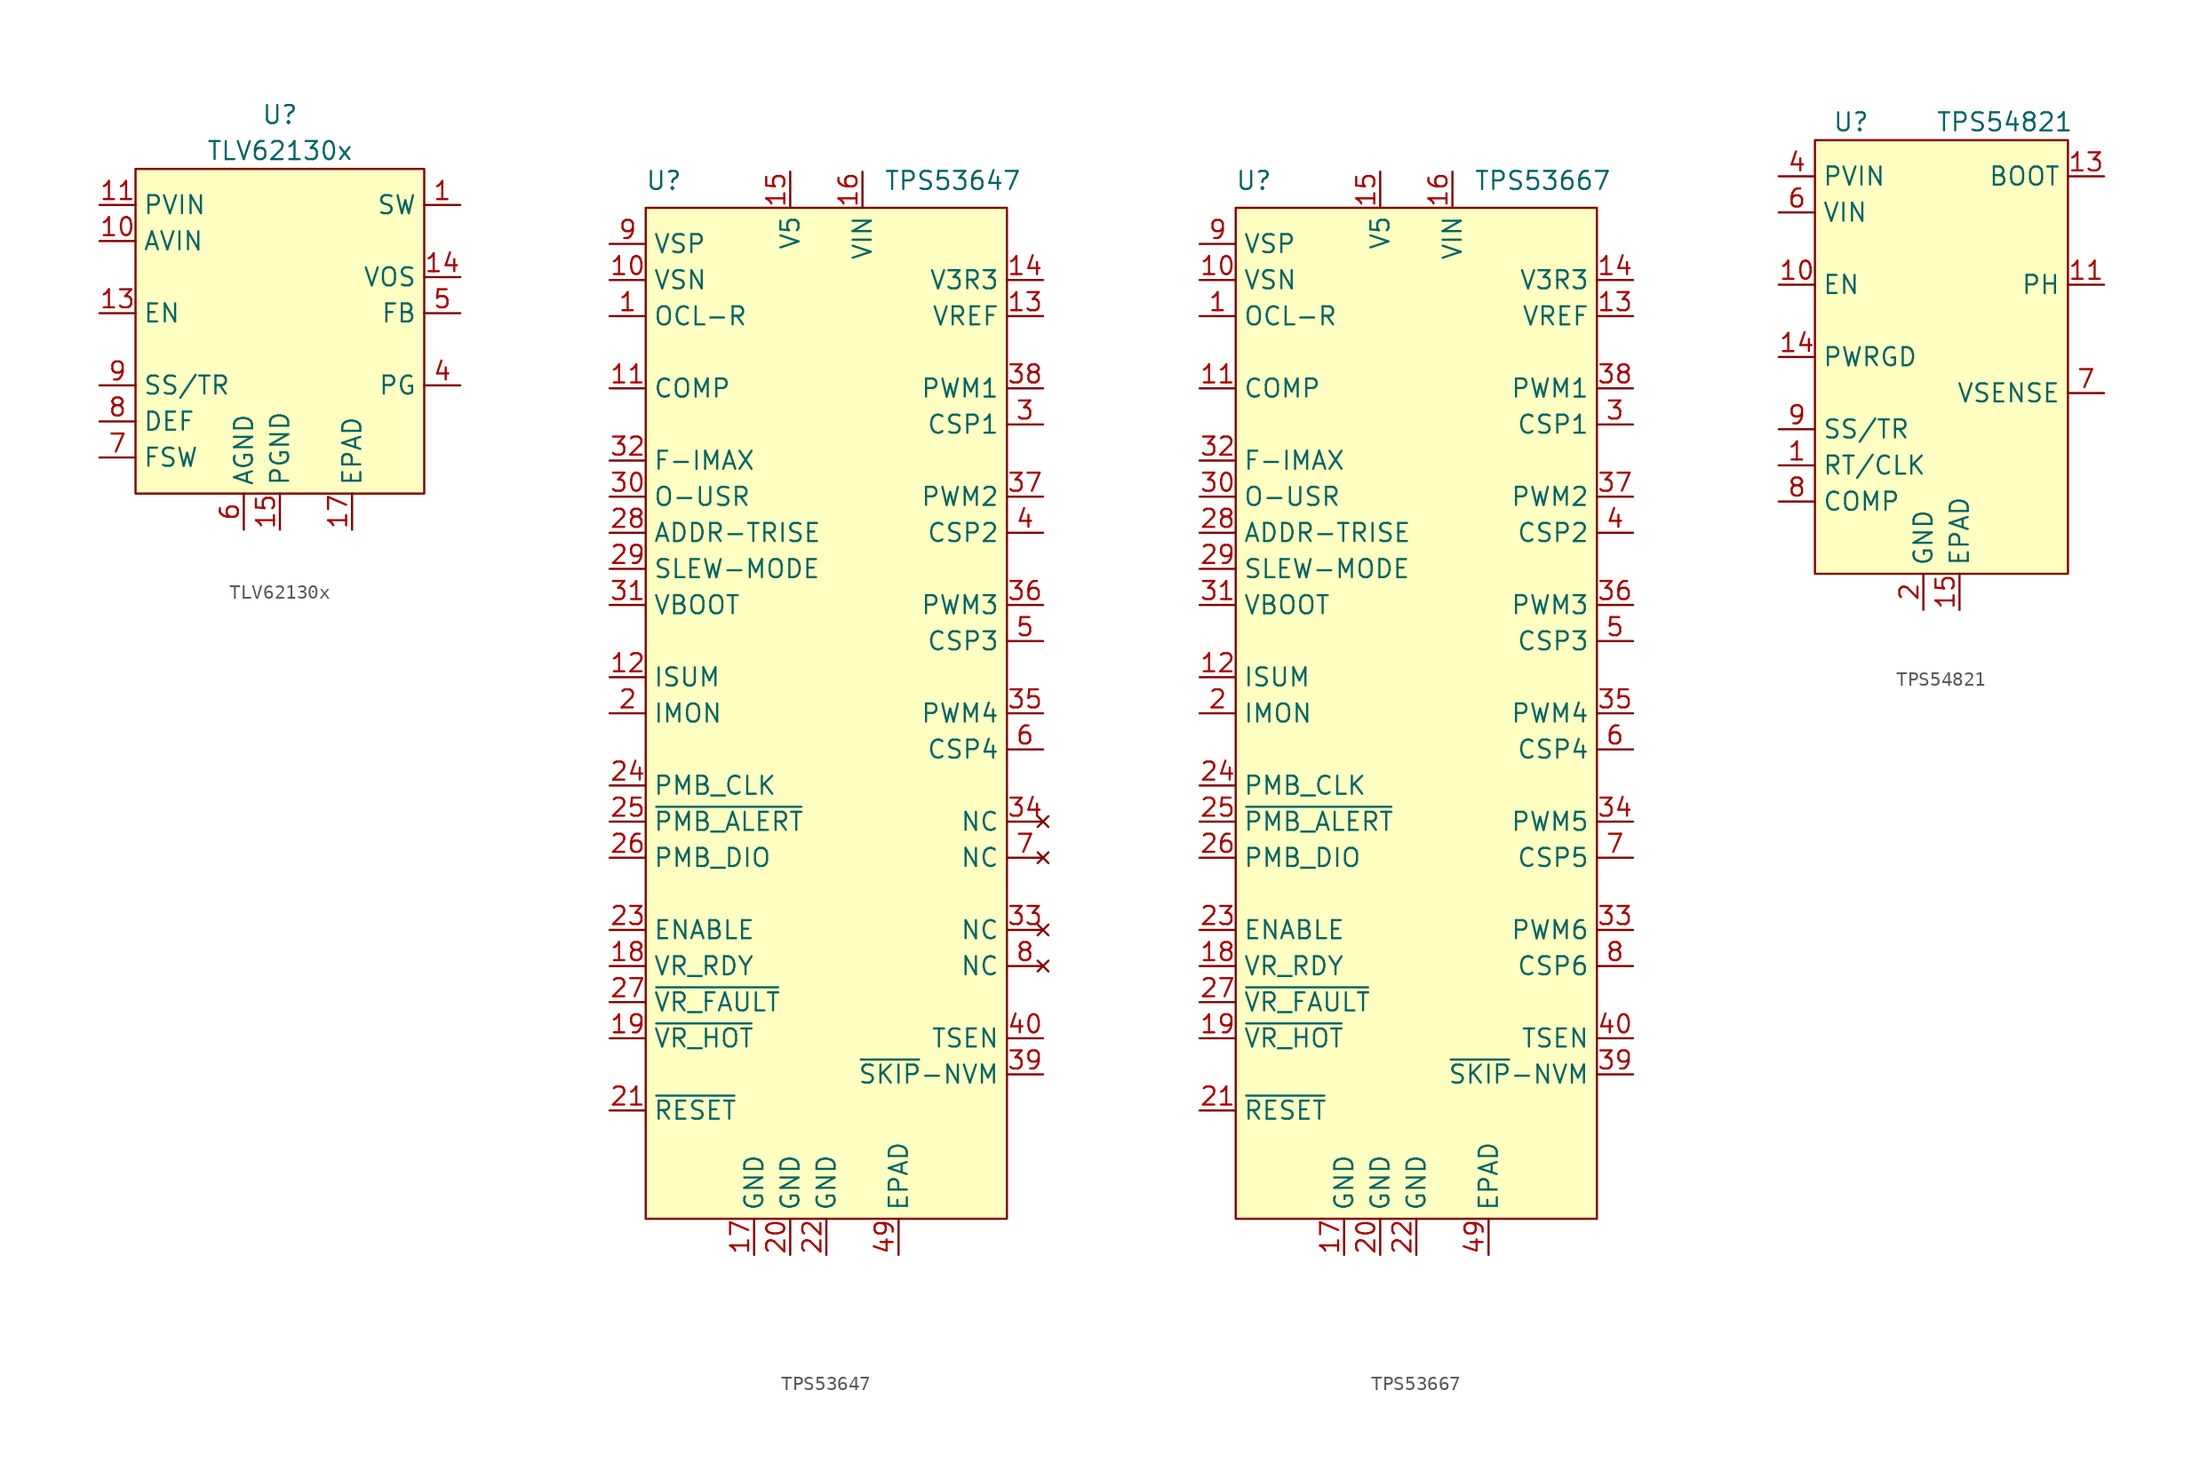
<source format=kicad_sym>
(kicad_symbol_lib
  (version 20231120)
  (generator "kicad_symbol_editor")
  (generator_version "8.0")
  (symbol "TLV62130x"
    (property "Reference" "U"
      (at 0 13.97 0)
      (effects (font (size 1.27 1.27))))
    (property "Value" "TLV62130x"
      (at 0 11.43 0)
      (effects (font (size 1.27 1.27))))
    (symbol "TLV62130x_0_0"
      (pin output line (at 12.7 7.62 180) (length 2.54) (name "SW" (effects (font (size 1.27 1.27)))) (number "1" (effects (font (size 1.27 1.27)))))
      (pin power_in line (at -12.7 5.08 0) (length 2.54) (name "AVIN" (effects (font (size 1.27 1.27)))) (number "10" (effects (font (size 1.27 1.27)))))
      (pin power_in line (at -12.7 7.62 0) (length 2.54) (name "PVIN" (effects (font (size 1.27 1.27)))) (number "11" (effects (font (size 1.27 1.27)))))
      (pin passive line (at -12.7 7.62 0) (length 2.54) hide (name "PVIN" (effects (font (size 1.27 1.27)))) (number "12" (effects (font (size 1.27 1.27)))))
      (pin input line (at -12.7 0 0) (length 2.54) (name "EN" (effects (font (size 1.27 1.27)))) (number "13" (effects (font (size 1.27 1.27)))))
      (pin input line (at 12.7 2.54 180) (length 2.54) (name "VOS" (effects (font (size 1.27 1.27)))) (number "14" (effects (font (size 1.27 1.27)))))
      (pin power_in line (at 0 -15.24 90) (length 2.54) (name "PGND" (effects (font (size 1.27 1.27)))) (number "15" (effects (font (size 1.27 1.27)))))
      (pin passive line (at 0 -15.24 90) (length 2.54) hide (name "PGND" (effects (font (size 1.27 1.27)))) (number "16" (effects (font (size 1.27 1.27)))))
      (pin power_in line (at 5.08 -15.24 90) (length 2.54) (name "EPAD" (effects (font (size 1.27 1.27)))) (number "17" (effects (font (size 1.27 1.27)))))
      (pin passive line (at 12.7 7.62 180) (length 2.54) hide (name "SW" (effects (font (size 1.27 1.27)))) (number "2" (effects (font (size 1.27 1.27)))))
      (pin passive line (at 12.7 7.62 180) (length 2.54) hide (name "SW" (effects (font (size 1.27 1.27)))) (number "3" (effects (font (size 1.27 1.27)))))
      (pin open_collector line (at 12.7 -5.08 180) (length 2.54) (name "PG" (effects (font (size 1.27 1.27)))) (number "4" (effects (font (size 1.27 1.27)))))
      (pin input line (at 12.7 0 180) (length 2.54) (name "FB" (effects (font (size 1.27 1.27)))) (number "5" (effects (font (size 1.27 1.27)))))
      (pin power_in line (at -2.54 -15.24 90) (length 2.54) (name "AGND" (effects (font (size 1.27 1.27)))) (number "6" (effects (font (size 1.27 1.27)))))
      (pin input line (at -12.7 -10.16 0) (length 2.54) (name "FSW" (effects (font (size 1.27 1.27)))) (number "7" (effects (font (size 1.27 1.27)))))
      (pin input line (at -12.7 -7.62 0) (length 2.54) (name "DEF" (effects (font (size 1.27 1.27)))) (number "8" (effects (font (size 1.27 1.27)))))
      (pin input line (at -12.7 -5.08 0) (length 2.54) (name "SS/TR" (effects (font (size 1.27 1.27)))) (number "9" (effects (font (size 1.27 1.27))))))
    (symbol "TLV62130x_1_1"
      (rectangle (start -10.16 10.16) (end 10.16 -12.7) (stroke (width 0) (type default)) (fill (type background)))))
  (symbol "TPS53647"
    (property "Reference" "U"
      (at -11.43 37.465 0)
      (effects (font (size 1.27 1.27))))
    (property "Value" "TPS53647"
      (at 8.89 37.465 0)
      (effects (font (size 1.27 1.27))))
    (symbol "TPS53647_0_0"
      (pin input line (at -15.24 27.94 0) (length 2.54) (name "OCL-R" (effects (font (size 1.27 1.27)))) (number "1" (effects (font (size 1.27 1.27)))))
      (pin input line (at -15.24 30.48 0) (length 2.54) (name "VSN" (effects (font (size 1.27 1.27)))) (number "10" (effects (font (size 1.27 1.27)))))
      (pin output line (at -15.24 22.86 0) (length 2.54) (name "COMP" (effects (font (size 1.27 1.27)))) (number "11" (effects (font (size 1.27 1.27)))))
      (pin output line (at -15.24 2.54 0) (length 2.54) (name "ISUM" (effects (font (size 1.27 1.27)))) (number "12" (effects (font (size 1.27 1.27)))))
      (pin power_out line (at 15.24 27.94 180) (length 2.54) (name "VREF" (effects (font (size 1.27 1.27)))) (number "13" (effects (font (size 1.27 1.27)))))
      (pin power_out line (at 15.24 30.48 180) (length 2.54) (name "V3R3" (effects (font (size 1.27 1.27)))) (number "14" (effects (font (size 1.27 1.27)))))
      (pin power_in line (at -2.54 38.1 270) (length 2.54) (name "V5" (effects (font (size 1.27 1.27)))) (number "15" (effects (font (size 1.27 1.27)))))
      (pin power_in line (at 2.54 38.1 270) (length 2.54) (name "VIN" (effects (font (size 1.27 1.27)))) (number "16" (effects (font (size 1.27 1.27)))))
      (pin power_in line (at -5.08 -38.1 90) (length 2.54) (name "GND" (effects (font (size 1.27 1.27)))) (number "17" (effects (font (size 1.27 1.27)))))
      (pin open_collector line (at -15.24 -17.78 0) (length 2.54) (name "VR_RDY" (effects (font (size 1.27 1.27)))) (number "18" (effects (font (size 1.27 1.27)))))
      (pin open_collector line (at -15.24 -22.86 0) (length 2.54) (name "~{VR_HOT}" (effects (font (size 1.27 1.27)))) (number "19" (effects (font (size 1.27 1.27)))))
      (pin output line (at -15.24 0 0) (length 2.54) (name "IMON" (effects (font (size 1.27 1.27)))) (number "2" (effects (font (size 1.27 1.27)))))
      (pin power_in line (at -2.54 -38.1 90) (length 2.54) (name "GND" (effects (font (size 1.27 1.27)))) (number "20" (effects (font (size 1.27 1.27)))))
      (pin input line (at -15.24 -27.94 0) (length 2.54) (name "~{RESET}" (effects (font (size 1.27 1.27)))) (number "21" (effects (font (size 1.27 1.27)))))
      (pin power_in line (at 0 -38.1 90) (length 2.54) (name "GND" (effects (font (size 1.27 1.27)))) (number "22" (effects (font (size 1.27 1.27)))))
      (pin input line (at -15.24 -15.24 0) (length 2.54) (name "ENABLE" (effects (font (size 1.27 1.27)))) (number "23" (effects (font (size 1.27 1.27)))))
      (pin input line (at -15.24 -5.08 0) (length 2.54) (name "PMB_CLK" (effects (font (size 1.27 1.27)))) (number "24" (effects (font (size 1.27 1.27)))))
      (pin open_collector line (at -15.24 -7.62 0) (length 2.54) (name "~{PMB_ALERT}" (effects (font (size 1.27 1.27)))) (number "25" (effects (font (size 1.27 1.27)))))
      (pin bidirectional line (at -15.24 -10.16 0) (length 2.54) (name "PMB_DIO" (effects (font (size 1.27 1.27)))) (number "26" (effects (font (size 1.27 1.27)))))
      (pin open_collector line (at -15.24 -20.32 0) (length 2.54) (name "~{VR_FAULT}" (effects (font (size 1.27 1.27)))) (number "27" (effects (font (size 1.27 1.27)))))
      (pin input line (at -15.24 12.7 0) (length 2.54) (name "ADDR-TRISE" (effects (font (size 1.27 1.27)))) (number "28" (effects (font (size 1.27 1.27)))))
      (pin input line (at -15.24 10.16 0) (length 2.54) (name "SLEW-MODE" (effects (font (size 1.27 1.27)))) (number "29" (effects (font (size 1.27 1.27)))))
      (pin input line (at 15.24 20.32 180) (length 2.54) (name "CSP1" (effects (font (size 1.27 1.27)))) (number "3" (effects (font (size 1.27 1.27)))))
      (pin input line (at -15.24 7.62 0) (length 2.54) (name "VBOOT" (effects (font (size 1.27 1.27)))) (number "31" (effects (font (size 1.27 1.27)))))
      (pin input line (at -15.24 17.78 0) (length 2.54) (name "F-IMAX" (effects (font (size 1.27 1.27)))) (number "32" (effects (font (size 1.27 1.27)))))
      (pin output line (at 15.24 0 180) (length 2.54) (name "PWM4" (effects (font (size 1.27 1.27)))) (number "35" (effects (font (size 1.27 1.27)))))
      (pin output line (at 15.24 7.62 180) (length 2.54) (name "PWM3" (effects (font (size 1.27 1.27)))) (number "36" (effects (font (size 1.27 1.27)))))
      (pin output line (at 15.24 15.24 180) (length 2.54) (name "PWM2" (effects (font (size 1.27 1.27)))) (number "37" (effects (font (size 1.27 1.27)))))
      (pin output line (at 15.24 22.86 180) (length 2.54) (name "PWM1" (effects (font (size 1.27 1.27)))) (number "38" (effects (font (size 1.27 1.27)))))
      (pin output line (at 15.24 -25.4 180) (length 2.54) (name "~{SKIP}-NVM" (effects (font (size 1.27 1.27)))) (number "39" (effects (font (size 1.27 1.27)))))
      (pin input line (at 15.24 12.7 180) (length 2.54) (name "CSP2" (effects (font (size 1.27 1.27)))) (number "4" (effects (font (size 1.27 1.27)))))
      (pin input line (at 15.24 -22.86 180) (length 2.54) (name "TSEN" (effects (font (size 1.27 1.27)))) (number "40" (effects (font (size 1.27 1.27)))))
      (pin power_in line (at 5.08 -38.1 90) (length 2.54) (name "EPAD" (effects (font (size 1.27 1.27)))) (number "49" (effects (font (size 1.27 1.27)))))
      (pin input line (at 15.24 5.08 180) (length 2.54) (name "CSP3" (effects (font (size 1.27 1.27)))) (number "5" (effects (font (size 1.27 1.27)))))
      (pin input line (at 15.24 -2.54 180) (length 2.54) (name "CSP4" (effects (font (size 1.27 1.27)))) (number "6" (effects (font (size 1.27 1.27)))))
      (pin input line (at -15.24 33.02 0) (length 2.54) (name "VSP" (effects (font (size 1.27 1.27)))) (number "9" (effects (font (size 1.27 1.27))))))
    (symbol "TPS53647_1_0"
      (pin input line (at -15.24 15.24 0) (length 2.54) (name "O-USR" (effects (font (size 1.27 1.27)))) (number "30" (effects (font (size 1.27 1.27)))))
      (pin no_connect line (at 15.24 -15.24 180) (length 2.54) (name "NC" (effects (font (size 1.27 1.27)))) (number "33" (effects (font (size 1.27 1.27)))))
      (pin no_connect line (at 15.24 -7.62 180) (length 2.54) (name "NC" (effects (font (size 1.27 1.27)))) (number "34" (effects (font (size 1.27 1.27)))))
      (pin no_connect line (at 15.24 -10.16 180) (length 2.54) (name "NC" (effects (font (size 1.27 1.27)))) (number "7" (effects (font (size 1.27 1.27)))))
      (pin no_connect line (at 15.24 -17.78 180) (length 2.54) (name "NC" (effects (font (size 1.27 1.27)))) (number "8" (effects (font (size 1.27 1.27))))))
    (symbol "TPS53647_1_1"
      (rectangle (start -12.7 35.56) (end 12.7 -35.56) (stroke (width 0) (type default)) (fill (type background)))))
  (symbol "TPS53667"
    (property "Reference" "U"
      (at -11.43 37.465 0)
      (effects (font (size 1.27 1.27))))
    (property "Value" "TPS53667"
      (at 8.89 37.465 0)
      (effects (font (size 1.27 1.27))))
    (symbol "TPS53667_0_0"
      (pin input line (at -15.24 27.94 0) (length 2.54) (name "OCL-R" (effects (font (size 1.27 1.27)))) (number "1" (effects (font (size 1.27 1.27)))))
      (pin input line (at -15.24 30.48 0) (length 2.54) (name "VSN" (effects (font (size 1.27 1.27)))) (number "10" (effects (font (size 1.27 1.27)))))
      (pin output line (at -15.24 22.86 0) (length 2.54) (name "COMP" (effects (font (size 1.27 1.27)))) (number "11" (effects (font (size 1.27 1.27)))))
      (pin output line (at -15.24 2.54 0) (length 2.54) (name "ISUM" (effects (font (size 1.27 1.27)))) (number "12" (effects (font (size 1.27 1.27)))))
      (pin power_out line (at 15.24 27.94 180) (length 2.54) (name "VREF" (effects (font (size 1.27 1.27)))) (number "13" (effects (font (size 1.27 1.27)))))
      (pin power_out line (at 15.24 30.48 180) (length 2.54) (name "V3R3" (effects (font (size 1.27 1.27)))) (number "14" (effects (font (size 1.27 1.27)))))
      (pin power_in line (at -2.54 38.1 270) (length 2.54) (name "V5" (effects (font (size 1.27 1.27)))) (number "15" (effects (font (size 1.27 1.27)))))
      (pin power_in line (at 2.54 38.1 270) (length 2.54) (name "VIN" (effects (font (size 1.27 1.27)))) (number "16" (effects (font (size 1.27 1.27)))))
      (pin power_in line (at -5.08 -38.1 90) (length 2.54) (name "GND" (effects (font (size 1.27 1.27)))) (number "17" (effects (font (size 1.27 1.27)))))
      (pin open_collector line (at -15.24 -17.78 0) (length 2.54) (name "VR_RDY" (effects (font (size 1.27 1.27)))) (number "18" (effects (font (size 1.27 1.27)))))
      (pin open_collector line (at -15.24 -22.86 0) (length 2.54) (name "~{VR_HOT}" (effects (font (size 1.27 1.27)))) (number "19" (effects (font (size 1.27 1.27)))))
      (pin output line (at -15.24 0 0) (length 2.54) (name "IMON" (effects (font (size 1.27 1.27)))) (number "2" (effects (font (size 1.27 1.27)))))
      (pin power_in line (at -2.54 -38.1 90) (length 2.54) (name "GND" (effects (font (size 1.27 1.27)))) (number "20" (effects (font (size 1.27 1.27)))))
      (pin input line (at -15.24 -27.94 0) (length 2.54) (name "~{RESET}" (effects (font (size 1.27 1.27)))) (number "21" (effects (font (size 1.27 1.27)))))
      (pin power_in line (at 0 -38.1 90) (length 2.54) (name "GND" (effects (font (size 1.27 1.27)))) (number "22" (effects (font (size 1.27 1.27)))))
      (pin input line (at -15.24 -15.24 0) (length 2.54) (name "ENABLE" (effects (font (size 1.27 1.27)))) (number "23" (effects (font (size 1.27 1.27)))))
      (pin input line (at -15.24 -5.08 0) (length 2.54) (name "PMB_CLK" (effects (font (size 1.27 1.27)))) (number "24" (effects (font (size 1.27 1.27)))))
      (pin open_collector line (at -15.24 -7.62 0) (length 2.54) (name "~{PMB_ALERT}" (effects (font (size 1.27 1.27)))) (number "25" (effects (font (size 1.27 1.27)))))
      (pin bidirectional line (at -15.24 -10.16 0) (length 2.54) (name "PMB_DIO" (effects (font (size 1.27 1.27)))) (number "26" (effects (font (size 1.27 1.27)))))
      (pin open_collector line (at -15.24 -20.32 0) (length 2.54) (name "~{VR_FAULT}" (effects (font (size 1.27 1.27)))) (number "27" (effects (font (size 1.27 1.27)))))
      (pin input line (at -15.24 12.7 0) (length 2.54) (name "ADDR-TRISE" (effects (font (size 1.27 1.27)))) (number "28" (effects (font (size 1.27 1.27)))))
      (pin input line (at -15.24 10.16 0) (length 2.54) (name "SLEW-MODE" (effects (font (size 1.27 1.27)))) (number "29" (effects (font (size 1.27 1.27)))))
      (pin input line (at 15.24 20.32 180) (length 2.54) (name "CSP1" (effects (font (size 1.27 1.27)))) (number "3" (effects (font (size 1.27 1.27)))))
      (pin input line (at -15.24 7.62 0) (length 2.54) (name "VBOOT" (effects (font (size 1.27 1.27)))) (number "31" (effects (font (size 1.27 1.27)))))
      (pin input line (at -15.24 17.78 0) (length 2.54) (name "F-IMAX" (effects (font (size 1.27 1.27)))) (number "32" (effects (font (size 1.27 1.27)))))
      (pin output line (at 15.24 -15.24 180) (length 2.54) (name "PWM6" (effects (font (size 1.27 1.27)))) (number "33" (effects (font (size 1.27 1.27)))))
      (pin output line (at 15.24 -7.62 180) (length 2.54) (name "PWM5" (effects (font (size 1.27 1.27)))) (number "34" (effects (font (size 1.27 1.27)))))
      (pin output line (at 15.24 0 180) (length 2.54) (name "PWM4" (effects (font (size 1.27 1.27)))) (number "35" (effects (font (size 1.27 1.27)))))
      (pin output line (at 15.24 7.62 180) (length 2.54) (name "PWM3" (effects (font (size 1.27 1.27)))) (number "36" (effects (font (size 1.27 1.27)))))
      (pin output line (at 15.24 15.24 180) (length 2.54) (name "PWM2" (effects (font (size 1.27 1.27)))) (number "37" (effects (font (size 1.27 1.27)))))
      (pin output line (at 15.24 22.86 180) (length 2.54) (name "PWM1" (effects (font (size 1.27 1.27)))) (number "38" (effects (font (size 1.27 1.27)))))
      (pin output line (at 15.24 -25.4 180) (length 2.54) (name "~{SKIP}-NVM" (effects (font (size 1.27 1.27)))) (number "39" (effects (font (size 1.27 1.27)))))
      (pin input line (at 15.24 12.7 180) (length 2.54) (name "CSP2" (effects (font (size 1.27 1.27)))) (number "4" (effects (font (size 1.27 1.27)))))
      (pin input line (at 15.24 -22.86 180) (length 2.54) (name "TSEN" (effects (font (size 1.27 1.27)))) (number "40" (effects (font (size 1.27 1.27)))))
      (pin power_in line (at 5.08 -38.1 90) (length 2.54) (name "EPAD" (effects (font (size 1.27 1.27)))) (number "49" (effects (font (size 1.27 1.27)))))
      (pin input line (at 15.24 5.08 180) (length 2.54) (name "CSP3" (effects (font (size 1.27 1.27)))) (number "5" (effects (font (size 1.27 1.27)))))
      (pin input line (at 15.24 -2.54 180) (length 2.54) (name "CSP4" (effects (font (size 1.27 1.27)))) (number "6" (effects (font (size 1.27 1.27)))))
      (pin input line (at 15.24 -10.16 180) (length 2.54) (name "CSP5" (effects (font (size 1.27 1.27)))) (number "7" (effects (font (size 1.27 1.27)))))
      (pin input line (at 15.24 -17.78 180) (length 2.54) (name "CSP6" (effects (font (size 1.27 1.27)))) (number "8" (effects (font (size 1.27 1.27)))))
      (pin input line (at -15.24 33.02 0) (length 2.54) (name "VSP" (effects (font (size 1.27 1.27)))) (number "9" (effects (font (size 1.27 1.27))))))
    (symbol "TPS53667_1_0"
      (pin input line (at -15.24 15.24 0) (length 2.54) (name "O-USR" (effects (font (size 1.27 1.27)))) (number "30" (effects (font (size 1.27 1.27))))))
    (symbol "TPS53667_1_1"
      (rectangle (start -12.7 35.56) (end 12.7 -35.56) (stroke (width 0) (type default)) (fill (type background)))))
  (symbol "TPS54821"
    (property "Reference" "U"
      (at -5.08 16.51 0)
      (effects (font (size 1.27 1.27))))
    (property "Value" "TPS54821"
      (at 5.715 16.51 0)
      (effects (font (size 1.27 1.27))))
    (symbol "TPS54821_0_0"
      (pin passive line (at -10.16 -7.62 0) (length 2.54) (name "RT/CLK" (effects (font (size 1.27 1.27)))) (number "1" (effects (font (size 1.27 1.27)))))
      (pin input line (at -10.16 5.08 0) (length 2.54) (name "EN" (effects (font (size 1.27 1.27)))) (number "10" (effects (font (size 1.27 1.27)))))
      (pin power_out line (at 12.7 5.08 180) (length 2.54) (name "PH" (effects (font (size 1.27 1.27)))) (number "11" (effects (font (size 1.27 1.27)))))
      (pin passive line (at 12.7 12.7 180) (length 2.54) (name "BOOT" (effects (font (size 1.27 1.27)))) (number "13" (effects (font (size 1.27 1.27)))))
      (pin open_collector line (at -10.16 0 0) (length 2.54) (name "PWRGD" (effects (font (size 1.27 1.27)))) (number "14" (effects (font (size 1.27 1.27)))))
      (pin power_in line (at 2.54 -17.78 90) (length 2.54) (name "EPAD" (effects (font (size 1.27 1.27)))) (number "15" (effects (font (size 1.27 1.27)))))
      (pin power_in line (at 0 -17.78 90) (length 2.54) (name "GND" (effects (font (size 1.27 1.27)))) (number "2" (effects (font (size 1.27 1.27)))))
      (pin power_in line (at -10.16 12.7 0) (length 2.54) (name "PVIN" (effects (font (size 1.27 1.27)))) (number "4" (effects (font (size 1.27 1.27)))))
      (pin power_in line (at -10.16 10.16 0) (length 2.54) (name "VIN" (effects (font (size 1.27 1.27)))) (number "6" (effects (font (size 1.27 1.27)))))
      (pin input line (at 12.7 -2.54 180) (length 2.54) (name "VSENSE" (effects (font (size 1.27 1.27)))) (number "7" (effects (font (size 1.27 1.27)))))
      (pin passive line (at -10.16 -10.16 0) (length 2.54) (name "COMP" (effects (font (size 1.27 1.27)))) (number "8" (effects (font (size 1.27 1.27)))))
      (pin passive line (at -10.16 -5.08 0) (length 2.54) (name "SS/TR" (effects (font (size 1.27 1.27)))) (number "9" (effects (font (size 1.27 1.27))))))
    (symbol "TPS54821_1_0"
      (pin passive line (at 12.7 5.08 180) (length 2.54) hide (name "PH" (effects (font (size 1.27 1.27)))) (number "12" (effects (font (size 1.27 1.27)))))
      (pin passive line (at 0 -17.78 90) (length 2.54) hide (name "GND" (effects (font (size 1.27 1.27)))) (number "3" (effects (font (size 1.27 1.27)))))
      (pin passive line (at -10.16 12.7 0) (length 2.54) hide (name "PVIN" (effects (font (size 1.27 1.27)))) (number "5" (effects (font (size 1.27 1.27))))))
    (symbol "TPS54821_1_1"
      (rectangle (start -7.62 15.24) (end 10.16 -15.24) (stroke (width 0) (type default)) (fill (type background))))))
</source>
